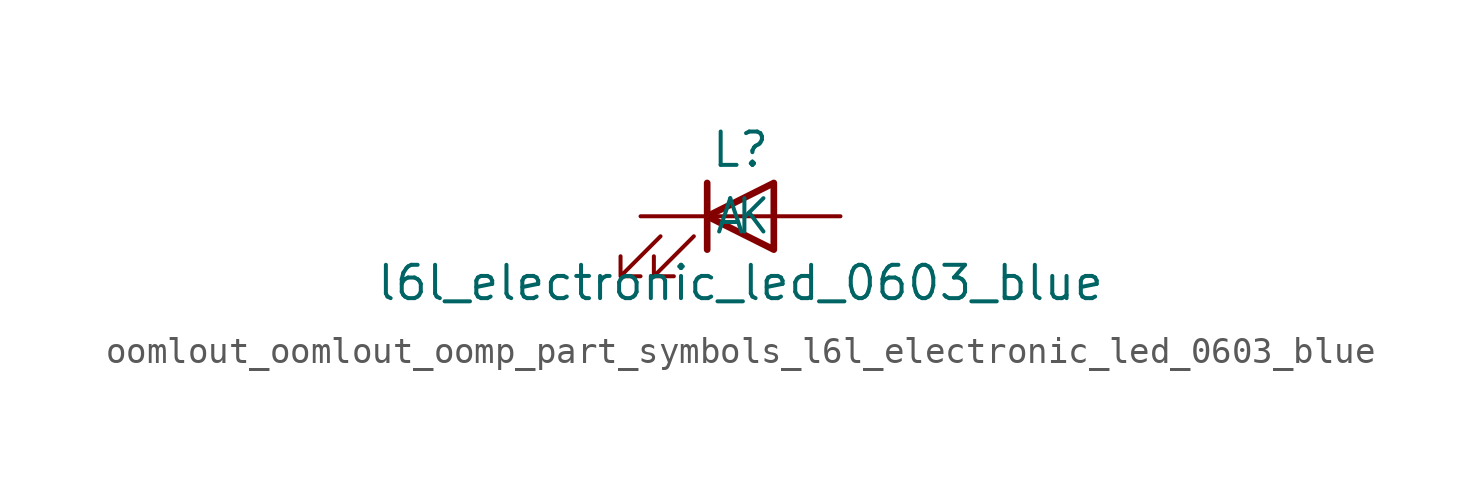
<source format=kicad_sym>
(kicad_symbol_lib
  (version 20220914)
  (generator kicad_symbol_editor)
  (symbol "oomlout_oomlout_oomp_part_symbols_l6l_electronic_led_0603_blue"
    (pin_numbers hide)
    (pin_names
      (offset 1.016))
    (property "Reference" "L"
      (at 0 2.54 0)
      (effects (font (size 1.27 1.27))))
    (property "Value" "l6l_electronic_led_0603_blue"
      (at 0 -2.54 0)
      (effects (font (size 1.27 1.27))))
    (symbol "oomlout_oomlout_oomp_part_symbols_l6l_electronic_led_0603_blue_0_1"
      (polyline (pts (xy -1.27 -1.27) (xy -1.27 1.27)) (stroke (width 0.254) (type default)) (fill (type none)))
      (polyline (pts (xy -1.27 0) (xy 1.27 0)) (stroke (width 0) (type default)) (fill (type none)))
      (polyline (pts (xy 1.27 -1.27) (xy 1.27 1.27) (xy -1.27 0) (xy 1.27 -1.27)) (stroke (width 0.254) (type default)) (fill (type none)))
      (polyline (pts (xy -3.048 -0.762) (xy -4.572 -2.286) (xy -3.81 -2.286) (xy -4.572 -2.286) (xy -4.572 -1.524)) (stroke (width 0) (type default)) (fill (type none)))
      (polyline (pts (xy -1.778 -0.762) (xy -3.302 -2.286) (xy -2.54 -2.286) (xy -3.302 -2.286) (xy -3.302 -1.524)) (stroke (width 0) (type default)) (fill (type none))))
    (symbol "oomlout_oomlout_oomp_part_symbols_l6l_electronic_led_0603_blue_1_1"
      (pin passive line (at -3.81 0 0) (length 2.54) (name "K" (effects (font (size 1.27 1.27)))) (number "1" (effects (font (size 1.27 1.27)))))
      (pin passive line (at 3.81 0 180) (length 2.54) (name "A" (effects (font (size 1.27 1.27)))) (number "2" (effects (font (size 1.27 1.27))))))))
</source>
